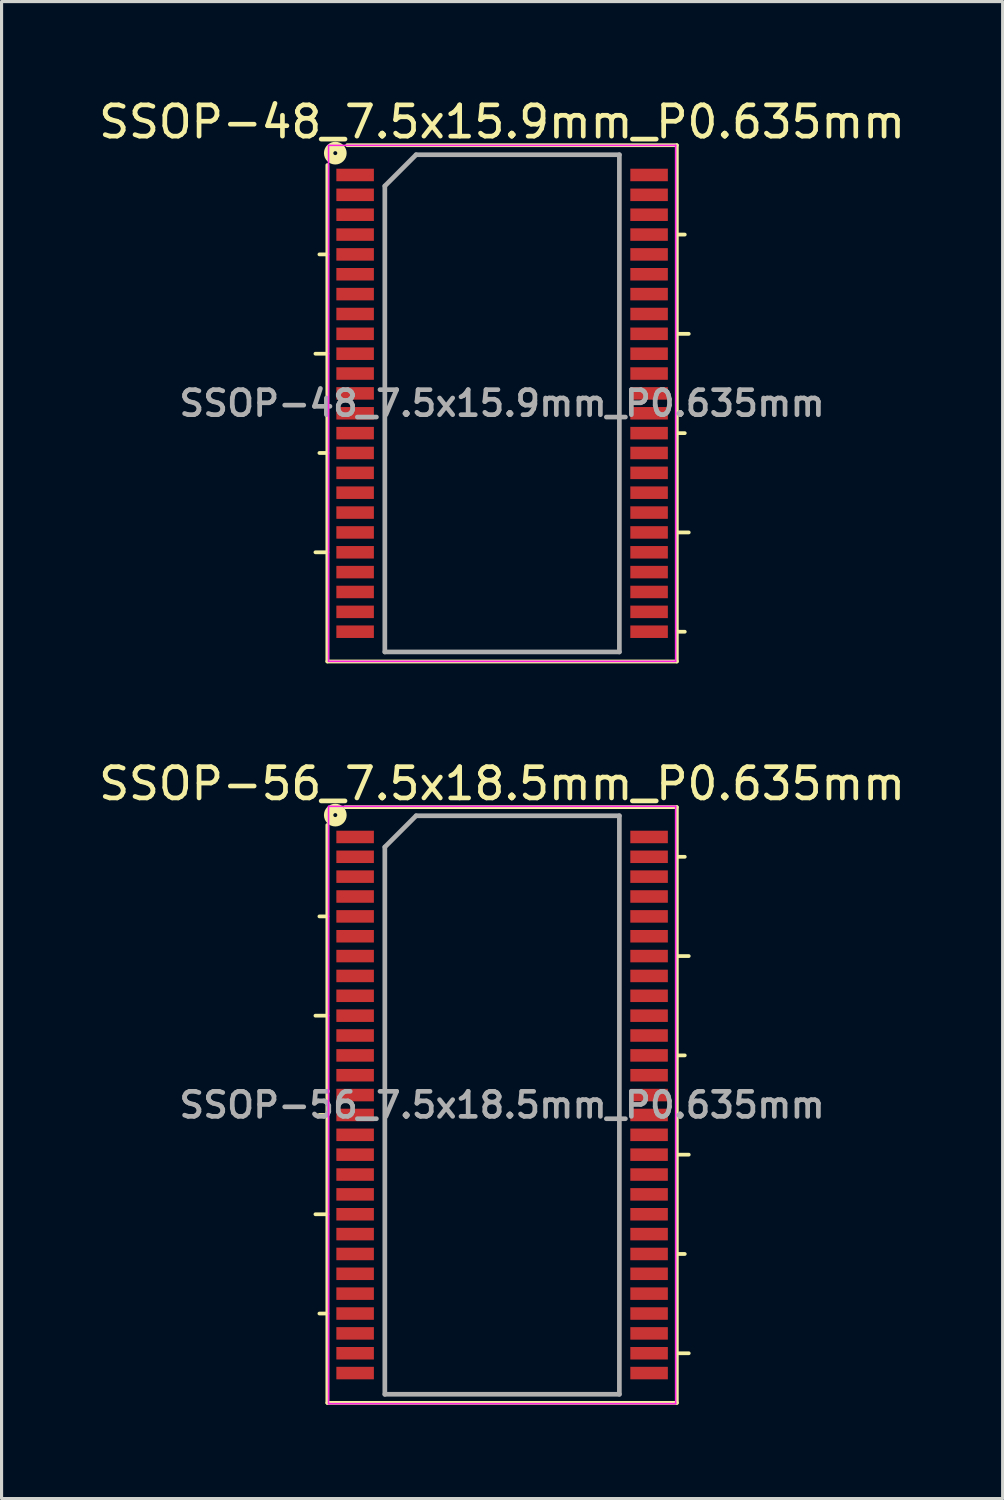
<source format=kicad_pcb>
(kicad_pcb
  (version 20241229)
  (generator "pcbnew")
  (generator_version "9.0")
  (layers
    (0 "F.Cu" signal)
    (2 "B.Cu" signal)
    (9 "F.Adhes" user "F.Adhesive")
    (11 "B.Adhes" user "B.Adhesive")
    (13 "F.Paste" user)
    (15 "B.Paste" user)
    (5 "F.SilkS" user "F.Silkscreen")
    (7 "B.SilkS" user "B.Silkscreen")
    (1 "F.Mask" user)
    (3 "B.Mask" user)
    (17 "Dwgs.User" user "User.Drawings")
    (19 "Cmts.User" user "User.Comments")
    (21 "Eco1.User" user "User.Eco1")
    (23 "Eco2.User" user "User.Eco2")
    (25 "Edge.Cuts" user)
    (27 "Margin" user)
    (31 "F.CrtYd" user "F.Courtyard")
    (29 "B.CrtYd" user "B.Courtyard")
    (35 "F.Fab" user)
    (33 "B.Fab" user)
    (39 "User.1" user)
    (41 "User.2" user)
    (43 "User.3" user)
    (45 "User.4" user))
  (footprint "SSOP-48_7.5x15.9mm_P0.635mm"
    (layer "F.Cu")
    (at 13.006 9.848)
    (property "Reference" "SSOP-48_7.5x15.9mm_P0.635mm" (at 0 -9 0) (layer "F.SilkS") (effects (font (size 1 1) (thickness 0.15))))
    (attr smd)
    (fp_line (start -5.588 -7.62) (end -5.588 8.255) (stroke (width 0.12) (type solid)) (layer "F.SilkS"))
    (fp_line (start -5.588 -4.763) (end -5.842 -4.763) (stroke (width 0.12) (type solid)) (layer "F.SilkS"))
    (fp_line (start -5.588 -1.587) (end -5.969 -1.587) (stroke (width 0.12) (type solid)) (layer "F.SilkS"))
    (fp_line (start -5.588 1.587) (end -5.842 1.587) (stroke (width 0.12) (type solid)) (layer "F.SilkS"))
    (fp_line (start -5.588 4.763) (end -5.969 4.763) (stroke (width 0.12) (type solid)) (layer "F.SilkS"))
    (fp_line (start -5.588 8.255) (end 5.588 8.255) (stroke (width 0.12) (type solid)) (layer "F.SilkS"))
    (fp_line (start 5.588 -8.255) (end -4.953 -8.255) (stroke (width 0.12) (type solid)) (layer "F.SilkS"))
    (fp_line (start 5.588 -5.397) (end 5.842 -5.397) (stroke (width 0.12) (type solid)) (layer "F.SilkS"))
    (fp_line (start 5.588 -2.223) (end 5.969 -2.223) (stroke (width 0.12) (type solid)) (layer "F.SilkS"))
    (fp_line (start 5.588 0.953) (end 5.842 0.953) (stroke (width 0.12) (type solid)) (layer "F.SilkS"))
    (fp_line (start 5.588 4.128) (end 5.969 4.128) (stroke (width 0.12) (type solid)) (layer "F.SilkS"))
    (fp_line (start 5.588 7.303) (end 5.842 7.303) (stroke (width 0.12) (type solid)) (layer "F.SilkS"))
    (fp_line (start 5.588 8.255) (end 5.588 -8.255) (stroke (width 0.12) (type solid)) (layer "F.SilkS"))
    (fp_circle (center -5.334 -8.001) (end -5.271 -8.001) (stroke (width 0.3) (type solid)) (fill no) (layer "F.SilkS"))
    (fp_line (start -5.55 -8.25) (end -5.55 8.25) (stroke (width 0.05) (type solid)) (layer "F.CrtYd"))
    (fp_line (start -5.55 -8.25) (end 5.55 -8.25) (stroke (width 0.05) (type solid)) (layer "F.CrtYd"))
    (fp_line (start -5.55 8.25) (end 5.55 8.25) (stroke (width 0.05) (type solid)) (layer "F.CrtYd"))
    (fp_line (start 5.55 -8.25) (end 5.55 8.25) (stroke (width 0.05) (type solid)) (layer "F.CrtYd"))
    (fp_line (start -3.75 -6.95) (end -2.75 -7.95) (stroke (width 0.15) (type solid)) (layer "F.Fab"))
    (fp_line (start -3.75 7.95) (end -3.75 -6.95) (stroke (width 0.15) (type solid)) (layer "F.Fab"))
    (fp_line (start -2.75 -7.95) (end 3.75 -7.95) (stroke (width 0.15) (type solid)) (layer "F.Fab"))
    (fp_line (start 3.75 -7.95) (end 3.75 7.95) (stroke (width 0.15) (type solid)) (layer "F.Fab"))
    (fp_line (start 3.75 7.95) (end -3.75 7.95) (stroke (width 0.15) (type solid)) (layer "F.Fab"))
    (fp_text user "${REFERENCE}" (at 0 0 0) (layer "F.Fab") (effects (font (size 0.8 0.8) (thickness 0.15))))
    (pad "1" smd rect (at -4.7 -7.303) (size 1.2 0.4) (layers "F.Cu" "F.Mask" "F.Paste"))
    (pad "2" smd rect (at -4.7 -6.668) (size 1.2 0.4) (layers "F.Cu" "F.Mask" "F.Paste"))
    (pad "3" smd rect (at -4.7 -6.032) (size 1.2 0.4) (layers "F.Cu" "F.Mask" "F.Paste"))
    (pad "4" smd rect (at -4.7 -5.397) (size 1.2 0.4) (layers "F.Cu" "F.Mask" "F.Paste"))
    (pad "5" smd rect (at -4.7 -4.763) (size 1.2 0.4) (layers "F.Cu" "F.Mask" "F.Paste"))
    (pad "6" smd rect (at -4.7 -4.128) (size 1.2 0.4) (layers "F.Cu" "F.Mask" "F.Paste"))
    (pad "7" smd rect (at -4.7 -3.493) (size 1.2 0.4) (layers "F.Cu" "F.Mask" "F.Paste"))
    (pad "8" smd rect (at -4.7 -2.857) (size 1.2 0.4) (layers "F.Cu" "F.Mask" "F.Paste"))
    (pad "9" smd rect (at -4.7 -2.223) (size 1.2 0.4) (layers "F.Cu" "F.Mask" "F.Paste"))
    (pad "10" smd rect (at -4.7 -1.587) (size 1.2 0.4) (layers "F.Cu" "F.Mask" "F.Paste"))
    (pad "11" smd rect (at -4.7 -0.953) (size 1.2 0.4) (layers "F.Cu" "F.Mask" "F.Paste"))
    (pad "12" smd rect (at -4.7 -0.318) (size 1.2 0.4) (layers "F.Cu" "F.Mask" "F.Paste"))
    (pad "13" smd rect (at -4.7 0.318) (size 1.2 0.4) (layers "F.Cu" "F.Mask" "F.Paste"))
    (pad "14" smd rect (at -4.7 0.953) (size 1.2 0.4) (layers "F.Cu" "F.Mask" "F.Paste"))
    (pad "15" smd rect (at -4.7 1.587) (size 1.2 0.4) (layers "F.Cu" "F.Mask" "F.Paste"))
    (pad "16" smd rect (at -4.7 2.223) (size 1.2 0.4) (layers "F.Cu" "F.Mask" "F.Paste"))
    (pad "17" smd rect (at -4.7 2.857) (size 1.2 0.4) (layers "F.Cu" "F.Mask" "F.Paste"))
    (pad "18" smd rect (at -4.7 3.493) (size 1.2 0.4) (layers "F.Cu" "F.Mask" "F.Paste"))
    (pad "19" smd rect (at -4.7 4.128) (size 1.2 0.4) (layers "F.Cu" "F.Mask" "F.Paste"))
    (pad "20" smd rect (at -4.7 4.763) (size 1.2 0.4) (layers "F.Cu" "F.Mask" "F.Paste"))
    (pad "21" smd rect (at -4.7 5.397) (size 1.2 0.4) (layers "F.Cu" "F.Mask" "F.Paste"))
    (pad "22" smd rect (at -4.7 6.032) (size 1.2 0.4) (layers "F.Cu" "F.Mask" "F.Paste"))
    (pad "23" smd rect (at -4.7 6.668) (size 1.2 0.4) (layers "F.Cu" "F.Mask" "F.Paste"))
    (pad "24" smd rect (at -4.7 7.303) (size 1.2 0.4) (layers "F.Cu" "F.Mask" "F.Paste"))
    (pad "25" smd rect (at 4.7 7.303) (size 1.2 0.4) (layers "F.Cu" "F.Mask" "F.Paste"))
    (pad "26" smd rect (at 4.7 6.668) (size 1.2 0.4) (layers "F.Cu" "F.Mask" "F.Paste"))
    (pad "27" smd rect (at 4.7 6.032) (size 1.2 0.4) (layers "F.Cu" "F.Mask" "F.Paste"))
    (pad "28" smd rect (at 4.7 5.397) (size 1.2 0.4) (layers "F.Cu" "F.Mask" "F.Paste"))
    (pad "29" smd rect (at 4.7 4.763) (size 1.2 0.4) (layers "F.Cu" "F.Mask" "F.Paste"))
    (pad "30" smd rect (at 4.7 4.128) (size 1.2 0.4) (layers "F.Cu" "F.Mask" "F.Paste"))
    (pad "31" smd rect (at 4.7 3.493) (size 1.2 0.4) (layers "F.Cu" "F.Mask" "F.Paste"))
    (pad "32" smd rect (at 4.7 2.857) (size 1.2 0.4) (layers "F.Cu" "F.Mask" "F.Paste"))
    (pad "33" smd rect (at 4.7 2.223) (size 1.2 0.4) (layers "F.Cu" "F.Mask" "F.Paste"))
    (pad "34" smd rect (at 4.7 1.587) (size 1.2 0.4) (layers "F.Cu" "F.Mask" "F.Paste"))
    (pad "35" smd rect (at 4.7 0.953) (size 1.2 0.4) (layers "F.Cu" "F.Mask" "F.Paste"))
    (pad "36" smd rect (at 4.7 0.318) (size 1.2 0.4) (layers "F.Cu" "F.Mask" "F.Paste"))
    (pad "37" smd rect (at 4.7 -0.318) (size 1.2 0.4) (layers "F.Cu" "F.Mask" "F.Paste"))
    (pad "38" smd rect (at 4.7 -0.953) (size 1.2 0.4) (layers "F.Cu" "F.Mask" "F.Paste"))
    (pad "39" smd rect (at 4.7 -1.587) (size 1.2 0.4) (layers "F.Cu" "F.Mask" "F.Paste"))
    (pad "40" smd rect (at 4.7 -2.223) (size 1.2 0.4) (layers "F.Cu" "F.Mask" "F.Paste"))
    (pad "41" smd rect (at 4.7 -2.857) (size 1.2 0.4) (layers "F.Cu" "F.Mask" "F.Paste"))
    (pad "42" smd rect (at 4.7 -3.493) (size 1.2 0.4) (layers "F.Cu" "F.Mask" "F.Paste"))
    (pad "43" smd rect (at 4.7 -4.128) (size 1.2 0.4) (layers "F.Cu" "F.Mask" "F.Paste"))
    (pad "44" smd rect (at 4.7 -4.763) (size 1.2 0.4) (layers "F.Cu" "F.Mask" "F.Paste"))
    (pad "45" smd rect (at 4.7 -5.397) (size 1.2 0.4) (layers "F.Cu" "F.Mask" "F.Paste"))
    (pad "46" smd rect (at 4.7 -6.032) (size 1.2 0.4) (layers "F.Cu" "F.Mask" "F.Paste"))
    (pad "47" smd rect (at 4.7 -6.668) (size 1.2 0.4) (layers "F.Cu" "F.Mask" "F.Paste"))
    (pad "48" smd rect (at 4.7 -7.303) (size 1.2 0.4) (layers "F.Cu" "F.Mask" "F.Paste")))
  (footprint "SSOP-56_7.5x18.5mm_P0.635mm"
    (layer "F.Cu")
    (at 13.006 32.286)
    (property "Reference" "SSOP-56_7.5x18.5mm_P0.635mm" (at 0 -10.275 0) (layer "F.SilkS") (effects (font (size 1 1) (thickness 0.15))))
    (attr smd)
    (fp_line (start -5.588 -8.954) (end -5.588 9.525) (stroke (width 0.12) (type solid)) (layer "F.SilkS"))
    (fp_line (start -5.588 -6.032) (end -5.842 -6.032) (stroke (width 0.12) (type solid)) (layer "F.SilkS"))
    (fp_line (start -5.588 -2.857) (end -5.969 -2.857) (stroke (width 0.12) (type solid)) (layer "F.SilkS"))
    (fp_line (start -5.588 0.318) (end -5.842 0.318) (stroke (width 0.12) (type solid)) (layer "F.SilkS"))
    (fp_line (start -5.588 3.493) (end -5.969 3.493) (stroke (width 0.12) (type solid)) (layer "F.SilkS"))
    (fp_line (start -5.588 6.668) (end -5.842 6.668) (stroke (width 0.12) (type solid)) (layer "F.SilkS"))
    (fp_line (start -5.588 9.525) (end 5.588 9.525) (stroke (width 0.12) (type solid)) (layer "F.SilkS"))
    (fp_line (start 5.588 -9.525) (end -5.016 -9.525) (stroke (width 0.12) (type solid)) (layer "F.SilkS"))
    (fp_line (start 5.588 -7.938) (end 5.842 -7.938) (stroke (width 0.12) (type solid)) (layer "F.SilkS"))
    (fp_line (start 5.588 -4.763) (end 5.969 -4.763) (stroke (width 0.12) (type solid)) (layer "F.SilkS"))
    (fp_line (start 5.588 -1.587) (end 5.842 -1.587) (stroke (width 0.12) (type solid)) (layer "F.SilkS"))
    (fp_line (start 5.588 1.587) (end 5.969 1.587) (stroke (width 0.12) (type solid)) (layer "F.SilkS"))
    (fp_line (start 5.588 4.763) (end 5.842 4.763) (stroke (width 0.12) (type solid)) (layer "F.SilkS"))
    (fp_line (start 5.588 7.938) (end 5.969 7.938) (stroke (width 0.12) (type solid)) (layer "F.SilkS"))
    (fp_line (start 5.588 9.525) (end 5.588 -9.525) (stroke (width 0.12) (type solid)) (layer "F.SilkS"))
    (fp_circle (center -5.334 -9.271) (end -5.271 -9.271) (stroke (width 0.3) (type solid)) (fill no) (layer "F.SilkS"))
    (fp_line (start -5.55 -9.55) (end -5.55 9.55) (stroke (width 0.05) (type solid)) (layer "F.CrtYd"))
    (fp_line (start -5.55 -9.55) (end 5.55 -9.55) (stroke (width 0.05) (type solid)) (layer "F.CrtYd"))
    (fp_line (start -5.55 9.55) (end 5.55 9.55) (stroke (width 0.05) (type solid)) (layer "F.CrtYd"))
    (fp_line (start 5.55 -9.55) (end 5.55 9.55) (stroke (width 0.05) (type solid)) (layer "F.CrtYd"))
    (fp_line (start -3.75 -8.25) (end -2.75 -9.25) (stroke (width 0.15) (type solid)) (layer "F.Fab"))
    (fp_line (start -3.75 9.25) (end -3.75 -8.25) (stroke (width 0.15) (type solid)) (layer "F.Fab"))
    (fp_line (start -2.75 -9.25) (end 3.75 -9.25) (stroke (width 0.15) (type solid)) (layer "F.Fab"))
    (fp_line (start 3.75 -9.25) (end 3.75 9.25) (stroke (width 0.15) (type solid)) (layer "F.Fab"))
    (fp_line (start 3.75 9.25) (end -3.75 9.25) (stroke (width 0.15) (type solid)) (layer "F.Fab"))
    (fp_text user "${REFERENCE}" (at 0 0 0) (layer "F.Fab") (effects (font (size 0.8 0.8) (thickness 0.15))))
    (pad "1" smd rect (at -4.7 -8.572) (size 1.2 0.4) (layers "F.Cu" "F.Mask" "F.Paste"))
    (pad "2" smd rect (at -4.7 -7.938) (size 1.2 0.4) (layers "F.Cu" "F.Mask" "F.Paste"))
    (pad "3" smd rect (at -4.7 -7.303) (size 1.2 0.4) (layers "F.Cu" "F.Mask" "F.Paste"))
    (pad "4" smd rect (at -4.7 -6.668) (size 1.2 0.4) (layers "F.Cu" "F.Mask" "F.Paste"))
    (pad "5" smd rect (at -4.7 -6.032) (size 1.2 0.4) (layers "F.Cu" "F.Mask" "F.Paste"))
    (pad "6" smd rect (at -4.7 -5.397) (size 1.2 0.4) (layers "F.Cu" "F.Mask" "F.Paste"))
    (pad "7" smd rect (at -4.7 -4.763) (size 1.2 0.4) (layers "F.Cu" "F.Mask" "F.Paste"))
    (pad "8" smd rect (at -4.7 -4.128) (size 1.2 0.4) (layers "F.Cu" "F.Mask" "F.Paste"))
    (pad "9" smd rect (at -4.7 -3.493) (size 1.2 0.4) (layers "F.Cu" "F.Mask" "F.Paste"))
    (pad "10" smd rect (at -4.7 -2.857) (size 1.2 0.4) (layers "F.Cu" "F.Mask" "F.Paste"))
    (pad "11" smd rect (at -4.7 -2.223) (size 1.2 0.4) (layers "F.Cu" "F.Mask" "F.Paste"))
    (pad "12" smd rect (at -4.7 -1.587) (size 1.2 0.4) (layers "F.Cu" "F.Mask" "F.Paste"))
    (pad "13" smd rect (at -4.7 -0.953) (size 1.2 0.4) (layers "F.Cu" "F.Mask" "F.Paste"))
    (pad "14" smd rect (at -4.7 -0.318) (size 1.2 0.4) (layers "F.Cu" "F.Mask" "F.Paste"))
    (pad "15" smd rect (at -4.7 0.318) (size 1.2 0.4) (layers "F.Cu" "F.Mask" "F.Paste"))
    (pad "16" smd rect (at -4.7 0.953) (size 1.2 0.4) (layers "F.Cu" "F.Mask" "F.Paste"))
    (pad "17" smd rect (at -4.7 1.587) (size 1.2 0.4) (layers "F.Cu" "F.Mask" "F.Paste"))
    (pad "18" smd rect (at -4.7 2.223) (size 1.2 0.4) (layers "F.Cu" "F.Mask" "F.Paste"))
    (pad "19" smd rect (at -4.7 2.857) (size 1.2 0.4) (layers "F.Cu" "F.Mask" "F.Paste"))
    (pad "20" smd rect (at -4.7 3.493) (size 1.2 0.4) (layers "F.Cu" "F.Mask" "F.Paste"))
    (pad "21" smd rect (at -4.7 4.128) (size 1.2 0.4) (layers "F.Cu" "F.Mask" "F.Paste"))
    (pad "22" smd rect (at -4.7 4.763) (size 1.2 0.4) (layers "F.Cu" "F.Mask" "F.Paste"))
    (pad "23" smd rect (at -4.7 5.397) (size 1.2 0.4) (layers "F.Cu" "F.Mask" "F.Paste"))
    (pad "24" smd rect (at -4.7 6.032) (size 1.2 0.4) (layers "F.Cu" "F.Mask" "F.Paste"))
    (pad "25" smd rect (at -4.7 6.668) (size 1.2 0.4) (layers "F.Cu" "F.Mask" "F.Paste"))
    (pad "26" smd rect (at -4.7 7.303) (size 1.2 0.4) (layers "F.Cu" "F.Mask" "F.Paste"))
    (pad "27" smd rect (at -4.7 7.938) (size 1.2 0.4) (layers "F.Cu" "F.Mask" "F.Paste"))
    (pad "28" smd rect (at -4.7 8.572) (size 1.2 0.4) (layers "F.Cu" "F.Mask" "F.Paste"))
    (pad "29" smd rect (at 4.7 8.572) (size 1.2 0.4) (layers "F.Cu" "F.Mask" "F.Paste"))
    (pad "30" smd rect (at 4.7 7.938) (size 1.2 0.4) (layers "F.Cu" "F.Mask" "F.Paste"))
    (pad "31" smd rect (at 4.7 7.303) (size 1.2 0.4) (layers "F.Cu" "F.Mask" "F.Paste"))
    (pad "32" smd rect (at 4.7 6.668) (size 1.2 0.4) (layers "F.Cu" "F.Mask" "F.Paste"))
    (pad "33" smd rect (at 4.7 6.032) (size 1.2 0.4) (layers "F.Cu" "F.Mask" "F.Paste"))
    (pad "34" smd rect (at 4.7 5.397) (size 1.2 0.4) (layers "F.Cu" "F.Mask" "F.Paste"))
    (pad "35" smd rect (at 4.7 4.763) (size 1.2 0.4) (layers "F.Cu" "F.Mask" "F.Paste"))
    (pad "36" smd rect (at 4.7 4.128) (size 1.2 0.4) (layers "F.Cu" "F.Mask" "F.Paste"))
    (pad "37" smd rect (at 4.7 3.493) (size 1.2 0.4) (layers "F.Cu" "F.Mask" "F.Paste"))
    (pad "38" smd rect (at 4.7 2.857) (size 1.2 0.4) (layers "F.Cu" "F.Mask" "F.Paste"))
    (pad "39" smd rect (at 4.7 2.223) (size 1.2 0.4) (layers "F.Cu" "F.Mask" "F.Paste"))
    (pad "40" smd rect (at 4.7 1.587) (size 1.2 0.4) (layers "F.Cu" "F.Mask" "F.Paste"))
    (pad "41" smd rect (at 4.7 0.953) (size 1.2 0.4) (layers "F.Cu" "F.Mask" "F.Paste"))
    (pad "42" smd rect (at 4.7 0.318) (size 1.2 0.4) (layers "F.Cu" "F.Mask" "F.Paste"))
    (pad "43" smd rect (at 4.7 -0.318) (size 1.2 0.4) (layers "F.Cu" "F.Mask" "F.Paste"))
    (pad "44" smd rect (at 4.7 -0.953) (size 1.2 0.4) (layers "F.Cu" "F.Mask" "F.Paste"))
    (pad "45" smd rect (at 4.7 -1.587) (size 1.2 0.4) (layers "F.Cu" "F.Mask" "F.Paste"))
    (pad "46" smd rect (at 4.7 -2.223) (size 1.2 0.4) (layers "F.Cu" "F.Mask" "F.Paste"))
    (pad "47" smd rect (at 4.7 -2.857) (size 1.2 0.4) (layers "F.Cu" "F.Mask" "F.Paste"))
    (pad "48" smd rect (at 4.7 -3.493) (size 1.2 0.4) (layers "F.Cu" "F.Mask" "F.Paste"))
    (pad "49" smd rect (at 4.7 -4.128) (size 1.2 0.4) (layers "F.Cu" "F.Mask" "F.Paste"))
    (pad "50" smd rect (at 4.7 -4.763) (size 1.2 0.4) (layers "F.Cu" "F.Mask" "F.Paste"))
    (pad "51" smd rect (at 4.7 -5.397) (size 1.2 0.4) (layers "F.Cu" "F.Mask" "F.Paste"))
    (pad "52" smd rect (at 4.7 -6.032) (size 1.2 0.4) (layers "F.Cu" "F.Mask" "F.Paste"))
    (pad "53" smd rect (at 4.7 -6.668) (size 1.2 0.4) (layers "F.Cu" "F.Mask" "F.Paste"))
    (pad "54" smd rect (at 4.7 -7.303) (size 1.2 0.4) (layers "F.Cu" "F.Mask" "F.Paste"))
    (pad "55" smd rect (at 4.7 -7.938) (size 1.2 0.4) (layers "F.Cu" "F.Mask" "F.Paste"))
    (pad "56" smd rect (at 4.7 -8.572) (size 1.2 0.4) (layers "F.Cu" "F.Mask" "F.Paste")))
  (gr_rect
    (start -3 -3)
    (end 29.012 44.871)
    (stroke (width 0.1) (type default))
    (fill no)
    (layer "Edge.Cuts")))
</source>
